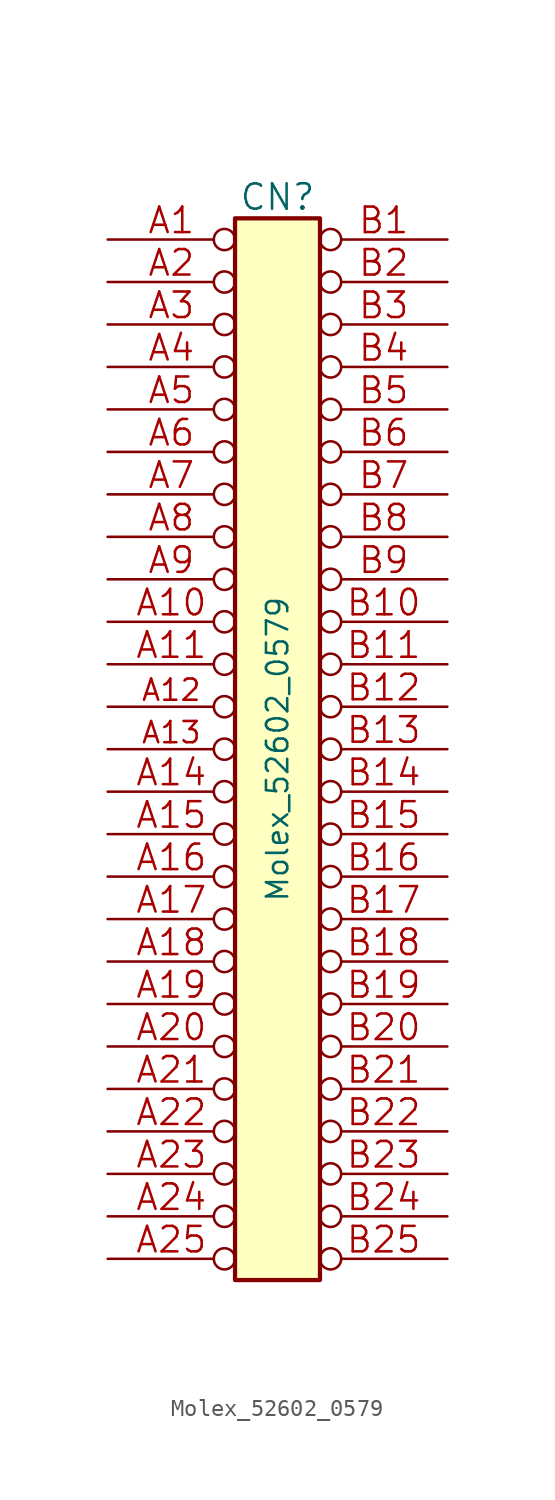
<source format=kicad_sym>
(kicad_symbol_lib
  (version 20211014)
  (generator kicad_symbol_editor)
  (symbol "Molex_52602_0579"
    (pin_names
      (offset 0.254) hide)
    (property "Reference" "CN"
      (at 0 33.02 0)
      (effects (font (size 1.524 1.524))))
    (property "Value" "Molex_52602_0579"
      (at 0 0 90)
      (effects (font (size 1.27 1.27))))
    (property "Footprint" ""
      (at 0 0 0)
      (effects (font (size 1.524 1.524))))
    (property "Datasheet" ""
      (at 0 0 0)
      (effects (font (size 1.524 1.524))))
    (symbol "Molex_52602_0579_0_1"
      (rectangle (start -2.54 31.75) (end 2.54 -31.75) (stroke (width 0.254) (type default) (color 0 0 0 0)) (fill (type background))))
    (symbol "Molex_52602_0579_1_1"
      (pin passive inverted (at -10.16 30.48 0) (length 7.62) (name "A1" (effects (font (size 0.762 0.762)))) (number "A1" (effects (font (size 1.524 1.524)))))
      (pin passive inverted (at -10.16 7.62 0) (length 7.62) (name "A10" (effects (font (size 0.762 0.762)))) (number "A10" (effects (font (size 1.524 1.524)))))
      (pin passive inverted (at -10.16 5.08 0) (length 7.62) (name "A11" (effects (font (size 0.762 0.762)))) (number "A11" (effects (font (size 1.524 1.524)))))
      (pin input inverted (at -10.16 2.54 0) (length 7.62) (name "A12" (effects (font (size 1.27 1.27)))) (number "A12" (effects (font (size 1.27 1.27)))))
      (pin input inverted (at -10.16 0 0) (length 7.62) (name "A13" (effects (font (size 1.27 1.27)))) (number "A13" (effects (font (size 1.27 1.27)))))
      (pin passive inverted (at -10.16 -2.54 0) (length 7.62) (name "A14" (effects (font (size 0.762 0.762)))) (number "A14" (effects (font (size 1.524 1.524)))))
      (pin passive inverted (at -10.16 -5.08 0) (length 7.62) (name "A15" (effects (font (size 0.762 0.762)))) (number "A15" (effects (font (size 1.524 1.524)))))
      (pin passive inverted (at -10.16 -7.62 0) (length 7.62) (name "A16" (effects (font (size 0.762 0.762)))) (number "A16" (effects (font (size 1.524 1.524)))))
      (pin passive inverted (at -10.16 -10.16 0) (length 7.62) (name "A17" (effects (font (size 0.762 0.762)))) (number "A17" (effects (font (size 1.524 1.524)))))
      (pin passive inverted (at -10.16 -12.7 0) (length 7.62) (name "A18" (effects (font (size 0.762 0.762)))) (number "A18" (effects (font (size 1.524 1.524)))))
      (pin passive inverted (at -10.16 -15.24 0) (length 7.62) (name "A19" (effects (font (size 0.762 0.762)))) (number "A19" (effects (font (size 1.524 1.524)))))
      (pin passive inverted (at -10.16 27.94 0) (length 7.62) (name "A2" (effects (font (size 0.762 0.762)))) (number "A2" (effects (font (size 1.524 1.524)))))
      (pin passive inverted (at -10.16 -17.78 0) (length 7.62) (name "A20" (effects (font (size 0.762 0.762)))) (number "A20" (effects (font (size 1.524 1.524)))))
      (pin passive inverted (at -10.16 -20.32 0) (length 7.62) (name "A21" (effects (font (size 0.762 0.762)))) (number "A21" (effects (font (size 1.524 1.524)))))
      (pin passive inverted (at -10.16 -22.86 0) (length 7.62) (name "A22" (effects (font (size 0.762 0.762)))) (number "A22" (effects (font (size 1.524 1.524)))))
      (pin passive inverted (at -10.16 -25.4 0) (length 7.62) (name "A23" (effects (font (size 0.762 0.762)))) (number "A23" (effects (font (size 1.524 1.524)))))
      (pin passive inverted (at -10.16 -27.94 0) (length 7.62) (name "A24" (effects (font (size 0.762 0.762)))) (number "A24" (effects (font (size 1.524 1.524)))))
      (pin passive inverted (at -10.16 -30.48 0) (length 7.62) (name "A25" (effects (font (size 0.762 0.762)))) (number "A25" (effects (font (size 1.524 1.524)))))
      (pin passive inverted (at -10.16 25.4 0) (length 7.62) (name "A3" (effects (font (size 0.762 0.762)))) (number "A3" (effects (font (size 1.524 1.524)))))
      (pin passive inverted (at -10.16 22.86 0) (length 7.62) (name "A4" (effects (font (size 0.762 0.762)))) (number "A4" (effects (font (size 1.524 1.524)))))
      (pin passive inverted (at -10.16 20.32 0) (length 7.62) (name "A5" (effects (font (size 0.762 0.762)))) (number "A5" (effects (font (size 1.524 1.524)))))
      (pin passive inverted (at -10.16 17.78 0) (length 7.62) (name "A6" (effects (font (size 0.762 0.762)))) (number "A6" (effects (font (size 1.524 1.524)))))
      (pin passive inverted (at -10.16 15.24 0) (length 7.62) (name "A7" (effects (font (size 0.762 0.762)))) (number "A7" (effects (font (size 1.524 1.524)))))
      (pin passive inverted (at -10.16 12.7 0) (length 7.62) (name "A8" (effects (font (size 0.762 0.762)))) (number "A8" (effects (font (size 1.524 1.524)))))
      (pin passive inverted (at -10.16 10.16 0) (length 7.62) (name "A9" (effects (font (size 0.762 0.762)))) (number "A9" (effects (font (size 1.524 1.524)))))
      (pin passive inverted (at 10.16 30.48 180) (length 7.62) (name "B1" (effects (font (size 0.762 0.762)))) (number "B1" (effects (font (size 1.524 1.524)))))
      (pin passive inverted (at 10.16 7.62 180) (length 7.62) (name "B10" (effects (font (size 0.762 0.762)))) (number "B10" (effects (font (size 1.524 1.524)))))
      (pin passive inverted (at 10.16 5.08 180) (length 7.62) (name "B11" (effects (font (size 0.762 0.762)))) (number "B11" (effects (font (size 1.524 1.524)))))
      (pin passive inverted (at 10.16 2.54 180) (length 7.62) (name "B12" (effects (font (size 0.762 0.762)))) (number "B12" (effects (font (size 1.524 1.524)))))
      (pin passive inverted (at 10.16 0 180) (length 7.62) (name "B13" (effects (font (size 0.762 0.762)))) (number "B13" (effects (font (size 1.524 1.524)))))
      (pin passive inverted (at 10.16 -2.54 180) (length 7.62) (name "B14" (effects (font (size 0.762 0.762)))) (number "B14" (effects (font (size 1.524 1.524)))))
      (pin passive inverted (at 10.16 -5.08 180) (length 7.62) (name "B15" (effects (font (size 0.762 0.762)))) (number "B15" (effects (font (size 1.524 1.524)))))
      (pin passive inverted (at 10.16 -7.62 180) (length 7.62) (name "B16" (effects (font (size 0.762 0.762)))) (number "B16" (effects (font (size 1.524 1.524)))))
      (pin passive inverted (at 10.16 -10.16 180) (length 7.62) (name "B17" (effects (font (size 0.762 0.762)))) (number "B17" (effects (font (size 1.524 1.524)))))
      (pin passive inverted (at 10.16 -12.7 180) (length 7.62) (name "B18" (effects (font (size 0.762 0.762)))) (number "B18" (effects (font (size 1.524 1.524)))))
      (pin passive inverted (at 10.16 -15.24 180) (length 7.62) (name "B19" (effects (font (size 0.762 0.762)))) (number "B19" (effects (font (size 1.524 1.524)))))
      (pin passive inverted (at 10.16 27.94 180) (length 7.62) (name "B2" (effects (font (size 0.762 0.762)))) (number "B2" (effects (font (size 1.524 1.524)))))
      (pin passive inverted (at 10.16 -17.78 180) (length 7.62) (name "B20" (effects (font (size 0.762 0.762)))) (number "B20" (effects (font (size 1.524 1.524)))))
      (pin passive inverted (at 10.16 -20.32 180) (length 7.62) (name "B21" (effects (font (size 0.762 0.762)))) (number "B21" (effects (font (size 1.524 1.524)))))
      (pin passive inverted (at 10.16 -22.86 180) (length 7.62) (name "B22" (effects (font (size 0.762 0.762)))) (number "B22" (effects (font (size 1.524 1.524)))))
      (pin passive inverted (at 10.16 -25.4 180) (length 7.62) (name "B23" (effects (font (size 0.762 0.762)))) (number "B23" (effects (font (size 1.524 1.524)))))
      (pin passive inverted (at 10.16 -27.94 180) (length 7.62) (name "B24" (effects (font (size 0.762 0.762)))) (number "B24" (effects (font (size 1.524 1.524)))))
      (pin passive inverted (at 10.16 -30.48 180) (length 7.62) (name "B25" (effects (font (size 0.762 0.762)))) (number "B25" (effects (font (size 1.524 1.524)))))
      (pin passive inverted (at 10.16 25.4 180) (length 7.62) (name "B3" (effects (font (size 0.762 0.762)))) (number "B3" (effects (font (size 1.524 1.524)))))
      (pin passive inverted (at 10.16 22.86 180) (length 7.62) (name "B4" (effects (font (size 0.762 0.762)))) (number "B4" (effects (font (size 1.524 1.524)))))
      (pin passive inverted (at 10.16 20.32 180) (length 7.62) (name "B5" (effects (font (size 0.762 0.762)))) (number "B5" (effects (font (size 1.524 1.524)))))
      (pin passive inverted (at 10.16 17.78 180) (length 7.62) (name "B6" (effects (font (size 0.762 0.762)))) (number "B6" (effects (font (size 1.524 1.524)))))
      (pin passive inverted (at 10.16 15.24 180) (length 7.62) (name "B7" (effects (font (size 0.762 0.762)))) (number "B7" (effects (font (size 1.524 1.524)))))
      (pin passive inverted (at 10.16 12.7 180) (length 7.62) (name "B8" (effects (font (size 0.762 0.762)))) (number "B8" (effects (font (size 1.524 1.524)))))
      (pin passive inverted (at 10.16 10.16 180) (length 7.62) (name "B9" (effects (font (size 0.762 0.762)))) (number "B9" (effects (font (size 1.524 1.524))))))))
</source>
